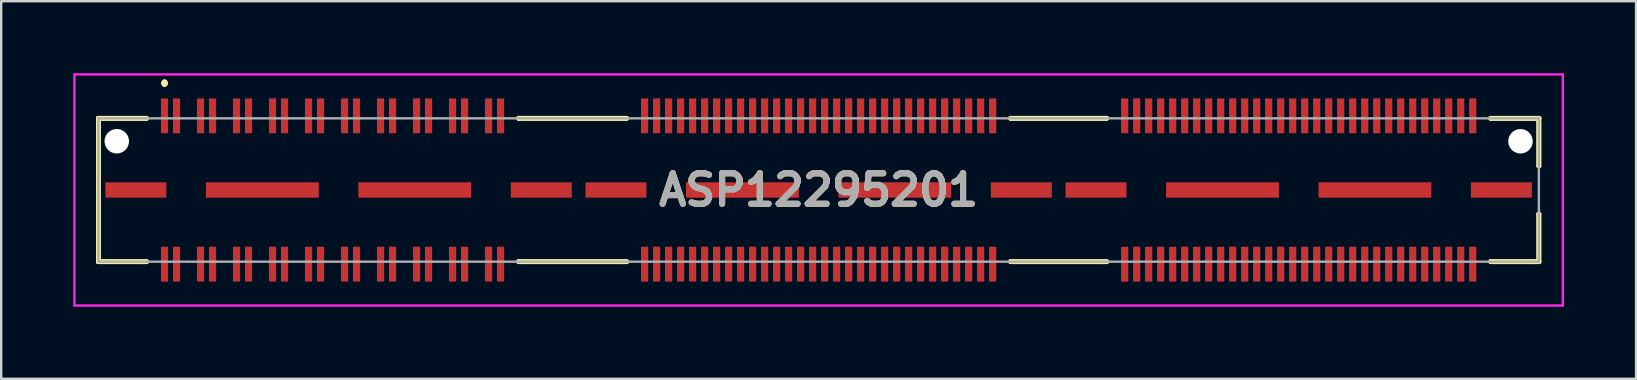
<source format=kicad_pcb>
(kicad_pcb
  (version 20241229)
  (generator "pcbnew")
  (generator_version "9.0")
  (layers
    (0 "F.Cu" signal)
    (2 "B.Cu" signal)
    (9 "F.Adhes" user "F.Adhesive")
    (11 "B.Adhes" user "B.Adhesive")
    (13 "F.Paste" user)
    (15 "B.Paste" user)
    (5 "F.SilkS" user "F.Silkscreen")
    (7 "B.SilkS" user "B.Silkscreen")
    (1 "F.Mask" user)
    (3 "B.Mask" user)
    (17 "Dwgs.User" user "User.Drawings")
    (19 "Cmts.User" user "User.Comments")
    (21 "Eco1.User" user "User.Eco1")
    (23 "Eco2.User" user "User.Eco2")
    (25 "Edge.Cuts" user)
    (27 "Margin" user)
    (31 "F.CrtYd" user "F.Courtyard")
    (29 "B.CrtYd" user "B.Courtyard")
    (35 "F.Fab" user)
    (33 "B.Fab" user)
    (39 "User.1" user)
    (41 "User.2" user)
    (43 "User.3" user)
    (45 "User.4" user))
  (footprint "ASP12295201"
    (layer "F.Cu")
    (at 31.055 4.865)
    (property "Reference" "ASP12295201" (at 0 0 0) (layer "F.SilkS") (effects (font (size 1.27 1.27) (thickness 0.254))))
    (attr through_hole)
    (fp_line (start -30.005 -2.985) (end -30.005 -2.985) (stroke (width 0.2) (type solid)) (layer "F.SilkS"))
    (fp_line (start -30.005 -2.985) (end -30.005 2.985) (stroke (width 0.2) (type solid)) (layer "F.SilkS"))
    (fp_line (start -30.005 2.985) (end -30.005 -2.985) (stroke (width 0.2) (type solid)) (layer "F.SilkS"))
    (fp_line (start -30.005 2.985) (end -30.005 2.985) (stroke (width 0.2) (type solid)) (layer "F.SilkS"))
    (fp_line (start -30.005 2.985) (end -30.005 2.985) (stroke (width 0.2) (type solid)) (layer "F.SilkS"))
    (fp_line (start -30.005 2.985) (end -28 2.985) (stroke (width 0.2) (type solid)) (layer "F.SilkS"))
    (fp_line (start -30 -2.985) (end -30 -2.985) (stroke (width 0.2) (type solid)) (layer "F.SilkS"))
    (fp_line (start -30 -2.985) (end -28 -2.985) (stroke (width 0.2) (type solid)) (layer "F.SilkS"))
    (fp_line (start -28 -2.985) (end -30 -2.985) (stroke (width 0.2) (type solid)) (layer "F.SilkS"))
    (fp_line (start -28 -2.985) (end -28 -2.985) (stroke (width 0.2) (type solid)) (layer "F.SilkS"))
    (fp_line (start -28 2.985) (end -30.005 2.985) (stroke (width 0.2) (type solid)) (layer "F.SilkS"))
    (fp_line (start -28 2.985) (end -28 2.985) (stroke (width 0.2) (type solid)) (layer "F.SilkS"))
    (fp_line (start -27.25 -4.5) (end -27.25 -4.5) (stroke (width 0.2) (type solid)) (layer "F.SilkS"))
    (fp_line (start -27.25 -4.5) (end -27.25 -4.4) (stroke (width 0.2) (type solid)) (layer "F.SilkS"))
    (fp_line (start -27.25 -4.4) (end -27.25 -4.4) (stroke (width 0.2) (type solid)) (layer "F.SilkS"))
    (fp_line (start -12.5 -2.985) (end -12.5 -2.985) (stroke (width 0.2) (type solid)) (layer "F.SilkS"))
    (fp_line (start -12.5 -2.985) (end -8 -2.985) (stroke (width 0.2) (type solid)) (layer "F.SilkS"))
    (fp_line (start -12.5 2.985) (end -12.5 2.985) (stroke (width 0.2) (type solid)) (layer "F.SilkS"))
    (fp_line (start -12.5 2.985) (end -8 2.985) (stroke (width 0.2) (type solid)) (layer "F.SilkS"))
    (fp_line (start -8 -2.985) (end -12.5 -2.985) (stroke (width 0.2) (type solid)) (layer "F.SilkS"))
    (fp_line (start -8 -2.985) (end -8 -2.985) (stroke (width 0.2) (type solid)) (layer "F.SilkS"))
    (fp_line (start -8 2.985) (end -12.5 2.985) (stroke (width 0.2) (type solid)) (layer "F.SilkS"))
    (fp_line (start -8 2.985) (end -8 2.985) (stroke (width 0.2) (type solid)) (layer "F.SilkS"))
    (fp_line (start 8 -2.985) (end 8 -2.985) (stroke (width 0.2) (type solid)) (layer "F.SilkS"))
    (fp_line (start 8 -2.985) (end 12 -2.985) (stroke (width 0.2) (type solid)) (layer "F.SilkS"))
    (fp_line (start 8 2.985) (end 8 2.985) (stroke (width 0.2) (type solid)) (layer "F.SilkS"))
    (fp_line (start 8 2.985) (end 12 2.985) (stroke (width 0.2) (type solid)) (layer "F.SilkS"))
    (fp_line (start 12 -2.985) (end 8 -2.985) (stroke (width 0.2) (type solid)) (layer "F.SilkS"))
    (fp_line (start 12 -2.985) (end 12 -2.985) (stroke (width 0.2) (type solid)) (layer "F.SilkS"))
    (fp_line (start 12 2.985) (end 8 2.985) (stroke (width 0.2) (type solid)) (layer "F.SilkS"))
    (fp_line (start 12 2.985) (end 12 2.985) (stroke (width 0.2) (type solid)) (layer "F.SilkS"))
    (fp_line (start 28 -2.985) (end 28 -2.985) (stroke (width 0.2) (type solid)) (layer "F.SilkS"))
    (fp_line (start 28 -2.985) (end 30.005 -2.985) (stroke (width 0.2) (type solid)) (layer "F.SilkS"))
    (fp_line (start 28 2.985) (end 28 2.985) (stroke (width 0.2) (type solid)) (layer "F.SilkS"))
    (fp_line (start 28 2.985) (end 30.005 2.985) (stroke (width 0.2) (type solid)) (layer "F.SilkS"))
    (fp_line (start 30.005 -2.985) (end 28 -2.985) (stroke (width 0.2) (type solid)) (layer "F.SilkS"))
    (fp_line (start 30.005 -2.985) (end 30.005 -2.985) (stroke (width 0.2) (type solid)) (layer "F.SilkS"))
    (fp_line (start 30.005 -2.985) (end 30.005 -2.985) (stroke (width 0.2) (type solid)) (layer "F.SilkS"))
    (fp_line (start 30.005 -2.985) (end 30.005 -1) (stroke (width 0.2) (type solid)) (layer "F.SilkS"))
    (fp_line (start 30.005 -1) (end 30.005 -2.985) (stroke (width 0.2) (type solid)) (layer "F.SilkS"))
    (fp_line (start 30.005 -1) (end 30.005 -1) (stroke (width 0.2) (type solid)) (layer "F.SilkS"))
    (fp_line (start 30.005 1) (end 30.005 1) (stroke (width 0.2) (type solid)) (layer "F.SilkS"))
    (fp_line (start 30.005 1) (end 30.005 2.985) (stroke (width 0.2) (type solid)) (layer "F.SilkS"))
    (fp_line (start 30.005 2.985) (end 28 2.985) (stroke (width 0.2) (type solid)) (layer "F.SilkS"))
    (fp_line (start 30.005 2.985) (end 30.005 1) (stroke (width 0.2) (type solid)) (layer "F.SilkS"))
    (fp_line (start 30.005 2.985) (end 30.005 2.985) (stroke (width 0.2) (type solid)) (layer "F.SilkS"))
    (fp_line (start 30.005 2.985) (end 30.005 2.985) (stroke (width 0.2) (type solid)) (layer "F.SilkS"))
    (fp_arc (start -27.25 -4.5) (mid -27.2 -4.45) (end -27.25 -4.4) (stroke (width 0.2) (type solid)) (layer "F.SilkS"))
    (fp_arc (start -27.25 -4.4) (mid -27.3 -4.45) (end -27.25 -4.5) (stroke (width 0.2) (type solid)) (layer "F.SilkS"))
    (fp_line (start -31.005 -4.815) (end 31.005 -4.815) (stroke (width 0.1) (type solid)) (layer "F.CrtYd"))
    (fp_line (start -31.005 4.815) (end -31.005 -4.815) (stroke (width 0.1) (type solid)) (layer "F.CrtYd"))
    (fp_line (start 31.005 -4.815) (end 31.005 4.815) (stroke (width 0.1) (type solid)) (layer "F.CrtYd"))
    (fp_line (start 31.005 4.815) (end -31.005 4.815) (stroke (width 0.1) (type solid)) (layer "F.CrtYd"))
    (fp_line (start -30.005 -2.985) (end -30.005 2.985) (stroke (width 0.1) (type solid)) (layer "F.Fab"))
    (fp_line (start -30.005 2.985) (end 30.005 2.985) (stroke (width 0.1) (type solid)) (layer "F.Fab"))
    (fp_line (start 30.005 -2.985) (end -30.005 -2.985) (stroke (width 0.1) (type solid)) (layer "F.Fab"))
    (fp_line (start 30.005 2.985) (end 30.005 -2.985) (stroke (width 0.1) (type solid)) (layer "F.Fab"))
    (fp_text user "${REFERENCE}" (at 0 0 0) (layer "F.Fab") (effects (font (size 1.27 1.27) (thickness 0.254))))
    (pad "" np_thru_hole circle (at -29.24 -2.03) (size 1.02 1.02) (drill 1.02) (layers "*.Cu" "*.Mask"))
    (pad "" np_thru_hole circle (at 29.24 -2.03) (size 1.02 1.02) (drill 1.02) (layers "*.Cu" "*.Mask"))
    (pad "1" smd rect (at -27.25 -3.09) (size 0.3 1.45) (layers "F.Cu" "F.Mask" "F.Paste"))
    (pad "2" smd rect (at -27.25 3.09) (size 0.3 1.45) (layers "F.Cu" "F.Mask" "F.Paste"))
    (pad "3" smd rect (at -26.75 -3.09) (size 0.3 1.45) (layers "F.Cu" "F.Mask" "F.Paste"))
    (pad "4" smd rect (at -26.75 3.09) (size 0.3 1.45) (layers "F.Cu" "F.Mask" "F.Paste"))
    (pad "5" smd rect (at -25.75 -3.09) (size 0.3 1.45) (layers "F.Cu" "F.Mask" "F.Paste"))
    (pad "6" smd rect (at -25.75 3.09) (size 0.3 1.45) (layers "F.Cu" "F.Mask" "F.Paste"))
    (pad "7" smd rect (at -25.25 -3.09) (size 0.3 1.45) (layers "F.Cu" "F.Mask" "F.Paste"))
    (pad "8" smd rect (at -25.25 3.09) (size 0.3 1.45) (layers "F.Cu" "F.Mask" "F.Paste"))
    (pad "9" smd rect (at -24.25 -3.09) (size 0.3 1.45) (layers "F.Cu" "F.Mask" "F.Paste"))
    (pad "10" smd rect (at -24.25 3.09) (size 0.3 1.45) (layers "F.Cu" "F.Mask" "F.Paste"))
    (pad "11" smd rect (at -23.75 -3.09) (size 0.3 1.45) (layers "F.Cu" "F.Mask" "F.Paste"))
    (pad "12" smd rect (at -23.75 3.09) (size 0.3 1.45) (layers "F.Cu" "F.Mask" "F.Paste"))
    (pad "13" smd rect (at -22.75 -3.09) (size 0.3 1.45) (layers "F.Cu" "F.Mask" "F.Paste"))
    (pad "14" smd rect (at -22.75 3.09) (size 0.3 1.45) (layers "F.Cu" "F.Mask" "F.Paste"))
    (pad "15" smd rect (at -22.25 -3.09) (size 0.3 1.45) (layers "F.Cu" "F.Mask" "F.Paste"))
    (pad "16" smd rect (at -22.25 3.09) (size 0.3 1.45) (layers "F.Cu" "F.Mask" "F.Paste"))
    (pad "17" smd rect (at -21.25 -3.09) (size 0.3 1.45) (layers "F.Cu" "F.Mask" "F.Paste"))
    (pad "18" smd rect (at -21.25 3.09) (size 0.3 1.45) (layers "F.Cu" "F.Mask" "F.Paste"))
    (pad "19" smd rect (at -20.75 -3.09) (size 0.3 1.45) (layers "F.Cu" "F.Mask" "F.Paste"))
    (pad "20" smd rect (at -20.75 3.09) (size 0.3 1.45) (layers "F.Cu" "F.Mask" "F.Paste"))
    (pad "21" smd rect (at -19.75 -3.09) (size 0.3 1.45) (layers "F.Cu" "F.Mask" "F.Paste"))
    (pad "22" smd rect (at -19.75 3.09) (size 0.3 1.45) (layers "F.Cu" "F.Mask" "F.Paste"))
    (pad "23" smd rect (at -19.25 -3.09) (size 0.3 1.45) (layers "F.Cu" "F.Mask" "F.Paste"))
    (pad "24" smd rect (at -19.25 3.09) (size 0.3 1.45) (layers "F.Cu" "F.Mask" "F.Paste"))
    (pad "25" smd rect (at -18.25 -3.09) (size 0.3 1.45) (layers "F.Cu" "F.Mask" "F.Paste"))
    (pad "26" smd rect (at -18.25 3.09) (size 0.3 1.45) (layers "F.Cu" "F.Mask" "F.Paste"))
    (pad "27" smd rect (at -17.75 -3.09) (size 0.3 1.45) (layers "F.Cu" "F.Mask" "F.Paste"))
    (pad "28" smd rect (at -17.75 3.09) (size 0.3 1.45) (layers "F.Cu" "F.Mask" "F.Paste"))
    (pad "29" smd rect (at -16.75 -3.09) (size 0.3 1.45) (layers "F.Cu" "F.Mask" "F.Paste"))
    (pad "30" smd rect (at -16.75 3.09) (size 0.3 1.45) (layers "F.Cu" "F.Mask" "F.Paste"))
    (pad "31" smd rect (at -16.25 -3.09) (size 0.3 1.45) (layers "F.Cu" "F.Mask" "F.Paste"))
    (pad "32" smd rect (at -16.25 3.09) (size 0.3 1.45) (layers "F.Cu" "F.Mask" "F.Paste"))
    (pad "33" smd rect (at -15.25 -3.09) (size 0.3 1.45) (layers "F.Cu" "F.Mask" "F.Paste"))
    (pad "34" smd rect (at -15.25 3.09) (size 0.3 1.45) (layers "F.Cu" "F.Mask" "F.Paste"))
    (pad "35" smd rect (at -14.75 -3.09) (size 0.3 1.45) (layers "F.Cu" "F.Mask" "F.Paste"))
    (pad "36" smd rect (at -14.75 3.09) (size 0.3 1.45) (layers "F.Cu" "F.Mask" "F.Paste"))
    (pad "37" smd rect (at -13.75 -3.09) (size 0.3 1.45) (layers "F.Cu" "F.Mask" "F.Paste"))
    (pad "38" smd rect (at -13.75 3.09) (size 0.3 1.45) (layers "F.Cu" "F.Mask" "F.Paste"))
    (pad "39" smd rect (at -13.25 -3.09) (size 0.3 1.45) (layers "F.Cu" "F.Mask" "F.Paste"))
    (pad "40" smd rect (at -13.25 3.09) (size 0.3 1.45) (layers "F.Cu" "F.Mask" "F.Paste"))
    (pad "41" smd rect (at -7.25 -3.09) (size 0.3 1.45) (layers "F.Cu" "F.Mask" "F.Paste"))
    (pad "42" smd rect (at -7.25 3.09) (size 0.3 1.45) (layers "F.Cu" "F.Mask" "F.Paste"))
    (pad "43" smd rect (at -6.75 -3.09) (size 0.3 1.45) (layers "F.Cu" "F.Mask" "F.Paste"))
    (pad "44" smd rect (at -6.75 3.09) (size 0.3 1.45) (layers "F.Cu" "F.Mask" "F.Paste"))
    (pad "45" smd rect (at -6.25 -3.09) (size 0.3 1.45) (layers "F.Cu" "F.Mask" "F.Paste"))
    (pad "46" smd rect (at -6.25 3.09) (size 0.3 1.45) (layers "F.Cu" "F.Mask" "F.Paste"))
    (pad "47" smd rect (at -5.75 -3.09) (size 0.3 1.45) (layers "F.Cu" "F.Mask" "F.Paste"))
    (pad "48" smd rect (at -5.75 3.09) (size 0.3 1.45) (layers "F.Cu" "F.Mask" "F.Paste"))
    (pad "49" smd rect (at -5.25 -3.09) (size 0.3 1.45) (layers "F.Cu" "F.Mask" "F.Paste"))
    (pad "50" smd rect (at -5.25 3.09) (size 0.3 1.45) (layers "F.Cu" "F.Mask" "F.Paste"))
    (pad "51" smd rect (at -4.75 -3.09) (size 0.3 1.45) (layers "F.Cu" "F.Mask" "F.Paste"))
    (pad "52" smd rect (at -4.75 3.09) (size 0.3 1.45) (layers "F.Cu" "F.Mask" "F.Paste"))
    (pad "53" smd rect (at -4.25 -3.09) (size 0.3 1.45) (layers "F.Cu" "F.Mask" "F.Paste"))
    (pad "54" smd rect (at -4.25 3.09) (size 0.3 1.45) (layers "F.Cu" "F.Mask" "F.Paste"))
    (pad "55" smd rect (at -3.75 -3.09) (size 0.3 1.45) (layers "F.Cu" "F.Mask" "F.Paste"))
    (pad "56" smd rect (at -3.75 3.09) (size 0.3 1.45) (layers "F.Cu" "F.Mask" "F.Paste"))
    (pad "57" smd rect (at -3.25 -3.09) (size 0.3 1.45) (layers "F.Cu" "F.Mask" "F.Paste"))
    (pad "58" smd rect (at -3.25 3.09) (size 0.3 1.45) (layers "F.Cu" "F.Mask" "F.Paste"))
    (pad "59" smd rect (at -2.75 -3.09) (size 0.3 1.45) (layers "F.Cu" "F.Mask" "F.Paste"))
    (pad "60" smd rect (at -2.75 3.09) (size 0.3 1.45) (layers "F.Cu" "F.Mask" "F.Paste"))
    (pad "61" smd rect (at -2.25 -3.09) (size 0.3 1.45) (layers "F.Cu" "F.Mask" "F.Paste"))
    (pad "62" smd rect (at -2.25 3.09) (size 0.3 1.45) (layers "F.Cu" "F.Mask" "F.Paste"))
    (pad "63" smd rect (at -1.75 -3.09) (size 0.3 1.45) (layers "F.Cu" "F.Mask" "F.Paste"))
    (pad "64" smd rect (at -1.75 3.09) (size 0.3 1.45) (layers "F.Cu" "F.Mask" "F.Paste"))
    (pad "65" smd rect (at -1.25 -3.09) (size 0.3 1.45) (layers "F.Cu" "F.Mask" "F.Paste"))
    (pad "66" smd rect (at -1.25 3.09) (size 0.3 1.45) (layers "F.Cu" "F.Mask" "F.Paste"))
    (pad "67" smd rect (at -0.75 -3.09) (size 0.3 1.45) (layers "F.Cu" "F.Mask" "F.Paste"))
    (pad "68" smd rect (at -0.75 3.09) (size 0.3 1.45) (layers "F.Cu" "F.Mask" "F.Paste"))
    (pad "69" smd rect (at -0.25 -3.09) (size 0.3 1.45) (layers "F.Cu" "F.Mask" "F.Paste"))
    (pad "70" smd rect (at -0.25 3.09) (size 0.3 1.45) (layers "F.Cu" "F.Mask" "F.Paste"))
    (pad "71" smd rect (at 0.25 -3.09) (size 0.3 1.45) (layers "F.Cu" "F.Mask" "F.Paste"))
    (pad "72" smd rect (at 0.25 3.09) (size 0.3 1.45) (layers "F.Cu" "F.Mask" "F.Paste"))
    (pad "73" smd rect (at 0.75 -3.09) (size 0.3 1.45) (layers "F.Cu" "F.Mask" "F.Paste"))
    (pad "74" smd rect (at 0.75 3.09) (size 0.3 1.45) (layers "F.Cu" "F.Mask" "F.Paste"))
    (pad "75" smd rect (at 1.25 -3.09) (size 0.3 1.45) (layers "F.Cu" "F.Mask" "F.Paste"))
    (pad "76" smd rect (at 1.25 3.09) (size 0.3 1.45) (layers "F.Cu" "F.Mask" "F.Paste"))
    (pad "77" smd rect (at 1.75 -3.09) (size 0.3 1.45) (layers "F.Cu" "F.Mask" "F.Paste"))
    (pad "78" smd rect (at 1.75 3.09) (size 0.3 1.45) (layers "F.Cu" "F.Mask" "F.Paste"))
    (pad "79" smd rect (at 2.25 -3.09) (size 0.3 1.45) (layers "F.Cu" "F.Mask" "F.Paste"))
    (pad "80" smd rect (at 2.25 3.09) (size 0.3 1.45) (layers "F.Cu" "F.Mask" "F.Paste"))
    (pad "81" smd rect (at 2.75 -3.09) (size 0.3 1.45) (layers "F.Cu" "F.Mask" "F.Paste"))
    (pad "82" smd rect (at 2.75 3.09) (size 0.3 1.45) (layers "F.Cu" "F.Mask" "F.Paste"))
    (pad "83" smd rect (at 3.25 -3.09) (size 0.3 1.45) (layers "F.Cu" "F.Mask" "F.Paste"))
    (pad "84" smd rect (at 3.25 3.09) (size 0.3 1.45) (layers "F.Cu" "F.Mask" "F.Paste"))
    (pad "85" smd rect (at 3.75 -3.09) (size 0.3 1.45) (layers "F.Cu" "F.Mask" "F.Paste"))
    (pad "86" smd rect (at 3.75 3.09) (size 0.3 1.45) (layers "F.Cu" "F.Mask" "F.Paste"))
    (pad "87" smd rect (at 4.25 -3.09) (size 0.3 1.45) (layers "F.Cu" "F.Mask" "F.Paste"))
    (pad "88" smd rect (at 4.25 3.09) (size 0.3 1.45) (layers "F.Cu" "F.Mask" "F.Paste"))
    (pad "89" smd rect (at 4.75 -3.09) (size 0.3 1.45) (layers "F.Cu" "F.Mask" "F.Paste"))
    (pad "90" smd rect (at 4.75 3.09) (size 0.3 1.45) (layers "F.Cu" "F.Mask" "F.Paste"))
    (pad "91" smd rect (at 5.25 -3.09) (size 0.3 1.45) (layers "F.Cu" "F.Mask" "F.Paste"))
    (pad "92" smd rect (at 5.25 3.09) (size 0.3 1.45) (layers "F.Cu" "F.Mask" "F.Paste"))
    (pad "93" smd rect (at 5.75 -3.09) (size 0.3 1.45) (layers "F.Cu" "F.Mask" "F.Paste"))
    (pad "94" smd rect (at 5.75 3.09) (size 0.3 1.45) (layers "F.Cu" "F.Mask" "F.Paste"))
    (pad "95" smd rect (at 6.25 -3.09) (size 0.3 1.45) (layers "F.Cu" "F.Mask" "F.Paste"))
    (pad "96" smd rect (at 6.25 3.09) (size 0.3 1.45) (layers "F.Cu" "F.Mask" "F.Paste"))
    (pad "97" smd rect (at 6.75 -3.09) (size 0.3 1.45) (layers "F.Cu" "F.Mask" "F.Paste"))
    (pad "98" smd rect (at 6.75 3.09) (size 0.3 1.45) (layers "F.Cu" "F.Mask" "F.Paste"))
    (pad "99" smd rect (at 7.25 -3.09) (size 0.3 1.45) (layers "F.Cu" "F.Mask" "F.Paste"))
    (pad "100" smd rect (at 7.25 3.09) (size 0.3 1.45) (layers "F.Cu" "F.Mask" "F.Paste"))
    (pad "101" smd rect (at 12.75 -3.09) (size 0.3 1.45) (layers "F.Cu" "F.Mask" "F.Paste"))
    (pad "102" smd rect (at 12.75 3.09) (size 0.3 1.45) (layers "F.Cu" "F.Mask" "F.Paste"))
    (pad "103" smd rect (at 13.25 -3.09) (size 0.3 1.45) (layers "F.Cu" "F.Mask" "F.Paste"))
    (pad "104" smd rect (at 13.25 3.09) (size 0.3 1.45) (layers "F.Cu" "F.Mask" "F.Paste"))
    (pad "105" smd rect (at 13.75 -3.09) (size 0.3 1.45) (layers "F.Cu" "F.Mask" "F.Paste"))
    (pad "106" smd rect (at 13.75 3.09) (size 0.3 1.45) (layers "F.Cu" "F.Mask" "F.Paste"))
    (pad "107" smd rect (at 14.25 -3.09) (size 0.3 1.45) (layers "F.Cu" "F.Mask" "F.Paste"))
    (pad "108" smd rect (at 14.25 3.09) (size 0.3 1.45) (layers "F.Cu" "F.Mask" "F.Paste"))
    (pad "109" smd rect (at 14.75 -3.09) (size 0.3 1.45) (layers "F.Cu" "F.Mask" "F.Paste"))
    (pad "110" smd rect (at 14.75 3.09) (size 0.3 1.45) (layers "F.Cu" "F.Mask" "F.Paste"))
    (pad "111" smd rect (at 15.25 -3.09) (size 0.3 1.45) (layers "F.Cu" "F.Mask" "F.Paste"))
    (pad "112" smd rect (at 15.25 3.09) (size 0.3 1.45) (layers "F.Cu" "F.Mask" "F.Paste"))
    (pad "113" smd rect (at 15.75 -3.09) (size 0.3 1.45) (layers "F.Cu" "F.Mask" "F.Paste"))
    (pad "114" smd rect (at 15.75 3.09) (size 0.3 1.45) (layers "F.Cu" "F.Mask" "F.Paste"))
    (pad "115" smd rect (at 16.25 -3.09) (size 0.3 1.45) (layers "F.Cu" "F.Mask" "F.Paste"))
    (pad "116" smd rect (at 16.25 3.09) (size 0.3 1.45) (layers "F.Cu" "F.Mask" "F.Paste"))
    (pad "117" smd rect (at 16.75 -3.09) (size 0.3 1.45) (layers "F.Cu" "F.Mask" "F.Paste"))
    (pad "118" smd rect (at 16.75 3.09) (size 0.3 1.45) (layers "F.Cu" "F.Mask" "F.Paste"))
    (pad "119" smd rect (at 17.25 -3.09) (size 0.3 1.45) (layers "F.Cu" "F.Mask" "F.Paste"))
    (pad "120" smd rect (at 17.25 3.09) (size 0.3 1.45) (layers "F.Cu" "F.Mask" "F.Paste"))
    (pad "121" smd rect (at 17.75 -3.09) (size 0.3 1.45) (layers "F.Cu" "F.Mask" "F.Paste"))
    (pad "122" smd rect (at 17.75 3.09) (size 0.3 1.45) (layers "F.Cu" "F.Mask" "F.Paste"))
    (pad "123" smd rect (at 18.25 -3.09) (size 0.3 1.45) (layers "F.Cu" "F.Mask" "F.Paste"))
    (pad "124" smd rect (at 18.25 3.09) (size 0.3 1.45) (layers "F.Cu" "F.Mask" "F.Paste"))
    (pad "125" smd rect (at 18.75 -3.09) (size 0.3 1.45) (layers "F.Cu" "F.Mask" "F.Paste"))
    (pad "126" smd rect (at 18.75 3.09) (size 0.3 1.45) (layers "F.Cu" "F.Mask" "F.Paste"))
    (pad "127" smd rect (at 19.25 -3.09) (size 0.3 1.45) (layers "F.Cu" "F.Mask" "F.Paste"))
    (pad "128" smd rect (at 19.25 3.09) (size 0.3 1.45) (layers "F.Cu" "F.Mask" "F.Paste"))
    (pad "129" smd rect (at 19.75 -3.09) (size 0.3 1.45) (layers "F.Cu" "F.Mask" "F.Paste"))
    (pad "130" smd rect (at 19.75 3.09) (size 0.3 1.45) (layers "F.Cu" "F.Mask" "F.Paste"))
    (pad "131" smd rect (at 20.25 -3.09) (size 0.3 1.45) (layers "F.Cu" "F.Mask" "F.Paste"))
    (pad "132" smd rect (at 20.25 3.09) (size 0.3 1.45) (layers "F.Cu" "F.Mask" "F.Paste"))
    (pad "133" smd rect (at 20.75 -3.09) (size 0.3 1.45) (layers "F.Cu" "F.Mask" "F.Paste"))
    (pad "134" smd rect (at 20.75 3.09) (size 0.3 1.45) (layers "F.Cu" "F.Mask" "F.Paste"))
    (pad "135" smd rect (at 21.25 -3.09) (size 0.3 1.45) (layers "F.Cu" "F.Mask" "F.Paste"))
    (pad "136" smd rect (at 21.25 3.09) (size 0.3 1.45) (layers "F.Cu" "F.Mask" "F.Paste"))
    (pad "137" smd rect (at 21.75 -3.09) (size 0.3 1.45) (layers "F.Cu" "F.Mask" "F.Paste"))
    (pad "138" smd rect (at 21.75 3.09) (size 0.3 1.45) (layers "F.Cu" "F.Mask" "F.Paste"))
    (pad "139" smd rect (at 22.25 -3.09) (size 0.3 1.45) (layers "F.Cu" "F.Mask" "F.Paste"))
    (pad "140" smd rect (at 22.25 3.09) (size 0.3 1.45) (layers "F.Cu" "F.Mask" "F.Paste"))
    (pad "141" smd rect (at 22.75 -3.09) (size 0.3 1.45) (layers "F.Cu" "F.Mask" "F.Paste"))
    (pad "142" smd rect (at 22.75 3.09) (size 0.3 1.45) (layers "F.Cu" "F.Mask" "F.Paste"))
    (pad "143" smd rect (at 23.25 -3.09) (size 0.3 1.45) (layers "F.Cu" "F.Mask" "F.Paste"))
    (pad "144" smd rect (at 23.25 3.09) (size 0.3 1.45) (layers "F.Cu" "F.Mask" "F.Paste"))
    (pad "145" smd rect (at 23.75 -3.09) (size 0.3 1.45) (layers "F.Cu" "F.Mask" "F.Paste"))
    (pad "146" smd rect (at 23.75 3.09) (size 0.3 1.45) (layers "F.Cu" "F.Mask" "F.Paste"))
    (pad "147" smd rect (at 24.25 -3.09) (size 0.3 1.45) (layers "F.Cu" "F.Mask" "F.Paste"))
    (pad "148" smd rect (at 24.25 3.09) (size 0.3 1.45) (layers "F.Cu" "F.Mask" "F.Paste"))
    (pad "149" smd rect (at 24.75 -3.09) (size 0.3 1.45) (layers "F.Cu" "F.Mask" "F.Paste"))
    (pad "150" smd rect (at 24.75 3.09) (size 0.3 1.45) (layers "F.Cu" "F.Mask" "F.Paste"))
    (pad "151" smd rect (at 25.25 -3.09) (size 0.3 1.45) (layers "F.Cu" "F.Mask" "F.Paste"))
    (pad "152" smd rect (at 25.25 3.09) (size 0.3 1.45) (layers "F.Cu" "F.Mask" "F.Paste"))
    (pad "153" smd rect (at 25.75 -3.09) (size 0.3 1.45) (layers "F.Cu" "F.Mask" "F.Paste"))
    (pad "154" smd rect (at 25.75 3.09) (size 0.3 1.45) (layers "F.Cu" "F.Mask" "F.Paste"))
    (pad "155" smd rect (at 26.25 -3.09) (size 0.3 1.45) (layers "F.Cu" "F.Mask" "F.Paste"))
    (pad "156" smd rect (at 26.25 3.09) (size 0.3 1.45) (layers "F.Cu" "F.Mask" "F.Paste"))
    (pad "157" smd rect (at 26.75 -3.09) (size 0.3 1.45) (layers "F.Cu" "F.Mask" "F.Paste"))
    (pad "158" smd rect (at 26.75 3.09) (size 0.3 1.45) (layers "F.Cu" "F.Mask" "F.Paste"))
    (pad "159" smd rect (at 27.25 -3.09) (size 0.3 1.45) (layers "F.Cu" "F.Mask" "F.Paste"))
    (pad "160" smd rect (at 27.25 3.09) (size 0.3 1.45) (layers "F.Cu" "F.Mask" "F.Paste"))
    (pad "MP1" smd rect (at -28.445 0 90) (size 0.64 2.54) (layers "F.Cu" "F.Mask" "F.Paste"))
    (pad "MP2" smd rect (at -23.175 0 90) (size 0.64 4.7) (layers "F.Cu" "F.Mask" "F.Paste"))
    (pad "MP3" smd rect (at -16.825 0 90) (size 0.64 4.7) (layers "F.Cu" "F.Mask" "F.Paste"))
    (pad "MP4" smd rect (at -11.555 0 90) (size 0.64 2.54) (layers "F.Cu" "F.Mask" "F.Paste"))
    (pad "MP5" smd rect (at -8.445 0 90) (size 0.64 2.54) (layers "F.Cu" "F.Mask" "F.Paste"))
    (pad "MP6" smd rect (at -3.175 0 90) (size 0.64 4.7) (layers "F.Cu" "F.Mask" "F.Paste"))
    (pad "MP7" smd rect (at 3.175 0 90) (size 0.64 4.7) (layers "F.Cu" "F.Mask" "F.Paste"))
    (pad "MP8" smd rect (at 8.445 0 90) (size 0.64 2.54) (layers "F.Cu" "F.Mask" "F.Paste"))
    (pad "MP9" smd rect (at 11.555 0 90) (size 0.64 2.54) (layers "F.Cu" "F.Mask" "F.Paste"))
    (pad "MP10" smd rect (at 16.825 0 90) (size 0.64 4.7) (layers "F.Cu" "F.Mask" "F.Paste"))
    (pad "MP11" smd rect (at 23.175 0 90) (size 0.64 4.7) (layers "F.Cu" "F.Mask" "F.Paste"))
    (pad "MP12" smd rect (at 28.445 0 90) (size 0.64 2.54) (layers "F.Cu" "F.Mask" "F.Paste")))
  (gr_rect
    (start -3 -3)
    (end 65.11 12.73)
    (stroke (width 0.1) (type default))
    (fill no)
    (layer "Edge.Cuts")))
</source>
